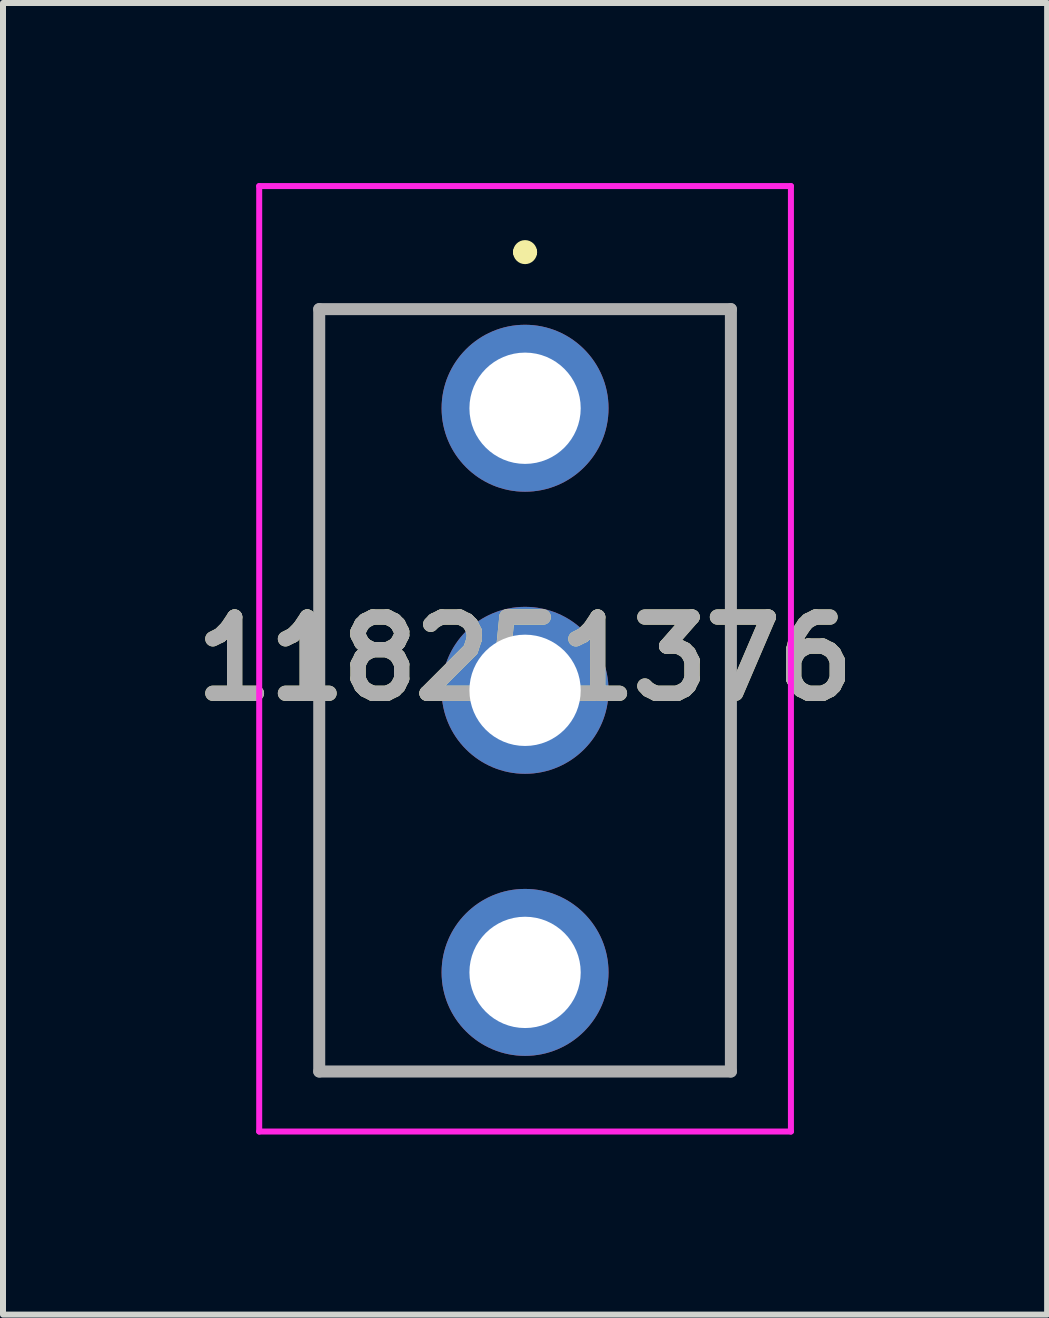
<source format=kicad_pcb>
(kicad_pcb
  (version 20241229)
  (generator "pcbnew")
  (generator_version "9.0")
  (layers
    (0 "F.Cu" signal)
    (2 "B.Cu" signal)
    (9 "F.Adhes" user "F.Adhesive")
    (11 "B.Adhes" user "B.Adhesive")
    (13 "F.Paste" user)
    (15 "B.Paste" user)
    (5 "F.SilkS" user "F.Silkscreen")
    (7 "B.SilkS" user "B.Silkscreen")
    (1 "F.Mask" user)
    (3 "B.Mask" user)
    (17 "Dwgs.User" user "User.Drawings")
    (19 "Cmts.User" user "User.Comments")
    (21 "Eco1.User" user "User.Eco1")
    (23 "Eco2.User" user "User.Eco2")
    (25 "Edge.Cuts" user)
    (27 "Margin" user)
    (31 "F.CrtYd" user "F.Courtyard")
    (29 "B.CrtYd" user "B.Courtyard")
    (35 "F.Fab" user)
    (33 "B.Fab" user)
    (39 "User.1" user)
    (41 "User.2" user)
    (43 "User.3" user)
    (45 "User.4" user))
  (footprint "118251376"
    (layer "F.Cu")
    (at 5.697 3.751)
    (property "Reference" "118251376" (at 0 4.174 0) (layer "F.SilkS") (effects (font (size 1.27 1.27) (thickness 0.254))))
    (attr through_hole)
    (fp_line (start -3.429 -1.651) (end -3.429 11.049) (stroke (width 0.1) (type solid)) (layer "F.SilkS"))
    (fp_line (start -3.429 11.049) (end -1.5 11.049) (stroke (width 0.1) (type solid)) (layer "F.SilkS"))
    (fp_line (start -1.5 -1.651) (end -3.429 -1.651) (stroke (width 0.1) (type solid)) (layer "F.SilkS"))
    (fp_line (start -0.1 -2.601) (end -0.1 -2.601) (stroke (width 0.2) (type solid)) (layer "F.SilkS"))
    (fp_line (start 0.1 -2.601) (end 0.1 -2.601) (stroke (width 0.2) (type solid)) (layer "F.SilkS"))
    (fp_line (start 1.5 -1.651) (end 3.429 -1.651) (stroke (width 0.1) (type solid)) (layer "F.SilkS"))
    (fp_line (start 3.429 -1.651) (end 3.429 11.049) (stroke (width 0.1) (type solid)) (layer "F.SilkS"))
    (fp_line (start 3.429 11.049) (end 1.5 11.049) (stroke (width 0.1) (type solid)) (layer "F.SilkS"))
    (fp_arc (start -0.1 -2.601) (mid 0 -2.701) (end 0.1 -2.601) (stroke (width 0.2) (type solid)) (layer "F.SilkS"))
    (fp_arc (start 0.1 -2.601) (mid 0 -2.501) (end -0.1 -2.601) (stroke (width 0.2) (type solid)) (layer "F.SilkS"))
    (fp_line (start -4.429 -3.701) (end 4.429 -3.701) (stroke (width 0.1) (type solid)) (layer "F.CrtYd"))
    (fp_line (start -4.429 12.049) (end -4.429 -3.701) (stroke (width 0.1) (type solid)) (layer "F.CrtYd"))
    (fp_line (start 4.429 -3.701) (end 4.429 12.049) (stroke (width 0.1) (type solid)) (layer "F.CrtYd"))
    (fp_line (start 4.429 12.049) (end -4.429 12.049) (stroke (width 0.1) (type solid)) (layer "F.CrtYd"))
    (fp_line (start -3.429 -1.651) (end 3.429 -1.651) (stroke (width 0.2) (type solid)) (layer "F.Fab"))
    (fp_line (start -3.429 11.049) (end -3.429 -1.651) (stroke (width 0.2) (type solid)) (layer "F.Fab"))
    (fp_line (start 3.429 -1.651) (end 3.429 11.049) (stroke (width 0.2) (type solid)) (layer "F.Fab"))
    (fp_line (start 3.429 11.049) (end -3.429 11.049) (stroke (width 0.2) (type solid)) (layer "F.Fab"))
    (fp_text user "${REFERENCE}" (at 0 4.174 0) (layer "F.Fab") (effects (font (size 1.27 1.27) (thickness 0.254))))
    (pad "1" thru_hole circle (at 0 0) (size 2.781 2.781) (drill 1.854) (layers "*.Cu" "*.Mask"))
    (pad "2" thru_hole circle (at 0 4.699) (size 2.781 2.781) (drill 1.854) (layers "*.Cu" "*.Mask"))
    (pad "3" thru_hole circle (at 0 9.398) (size 2.781 2.781) (drill 1.854) (layers "*.Cu" "*.Mask")))
  (gr_rect
    (start -3 -3)
    (end 14.394 18.85)
    (stroke (width 0.1) (type default))
    (fill no)
    (layer "Edge.Cuts")))
</source>
